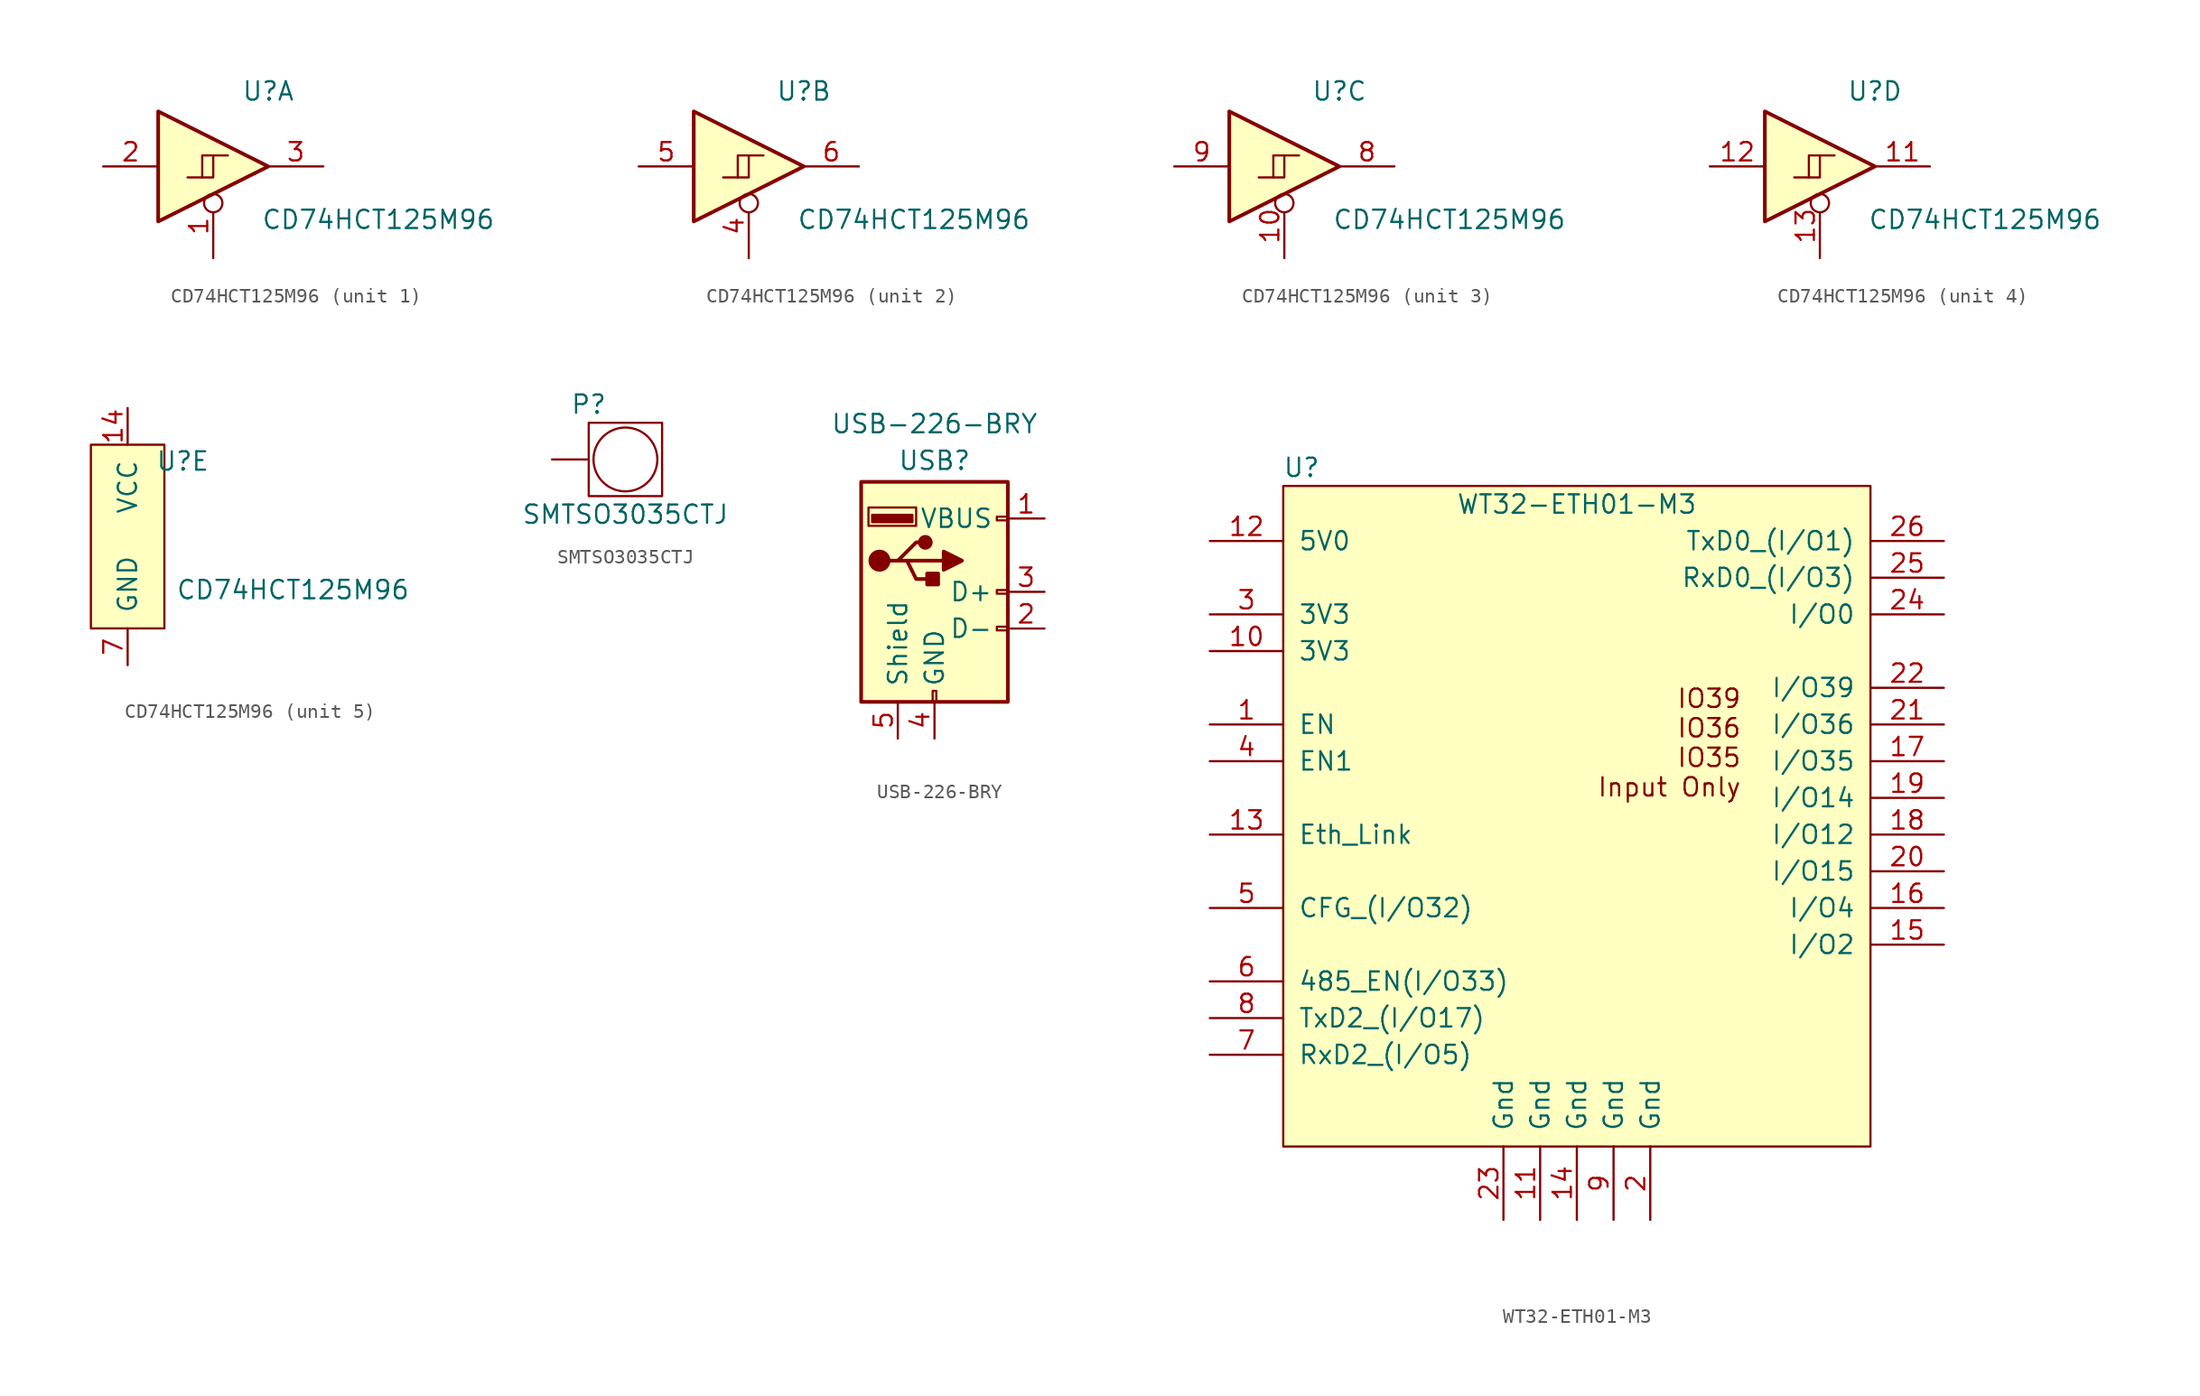
<source format=kicad_sym>
(kicad_symbol_lib
  (version 20220914)
  (generator kicad_symbol_editor)
  (symbol "CD74HCT125M96"
    (pin_names
      (offset 1.016))
    (property "Reference" "U"
      (at 3.81 5.207 0)
      (effects (font (size 1.27 1.27))))
    (property "Value" "CD74HCT125M96"
      (at 11.43 -3.683 0)
      (effects (font (size 1.27 1.27))))
    (symbol "CD74HCT125M96_1_0"
      (polyline (pts (xy -3.81 3.81) (xy -3.81 -3.81) (xy 3.81 0) (xy -3.81 3.81)) (stroke (width 0.254) (type default)) (fill (type background)))
      (pin input inverted (at 0 -6.35 90) (length 4.445) (name "~" (effects (font (size 1.27 1.27)))) (number "1" (effects (font (size 1.27 1.27)))))
      (pin input line (at -7.62 0 0) (length 3.81) (name "~" (effects (font (size 1.27 1.27)))) (number "2" (effects (font (size 1.27 1.27)))))
      (pin tri_state line (at 7.62 0 180) (length 3.81) (name "~" (effects (font (size 1.27 1.27)))) (number "3" (effects (font (size 1.27 1.27))))))
    (symbol "CD74HCT125M96_1_1"
      (polyline (pts (xy 0 0.762) (xy 0 -0.762) (xy -1.778 -0.762)) (stroke (width 0) (type default)) (fill (type none)))
      (polyline (pts (xy 1.016 0.762) (xy -0.762 0.762) (xy -0.762 -0.762)) (stroke (width 0) (type default)) (fill (type none))))
    (symbol "CD74HCT125M96_2_0"
      (polyline (pts (xy -3.81 3.81) (xy -3.81 -3.81) (xy 3.81 0) (xy -3.81 3.81)) (stroke (width 0.254) (type default)) (fill (type background)))
      (pin input inverted (at 0 -6.35 90) (length 4.445) (name "~" (effects (font (size 1.27 1.27)))) (number "4" (effects (font (size 1.27 1.27)))))
      (pin input line (at -7.62 0 0) (length 3.81) (name "~" (effects (font (size 1.27 1.27)))) (number "5" (effects (font (size 1.27 1.27)))))
      (pin tri_state line (at 7.62 0 180) (length 3.81) (name "~" (effects (font (size 1.27 1.27)))) (number "6" (effects (font (size 1.27 1.27))))))
    (symbol "CD74HCT125M96_2_1"
      (polyline (pts (xy 0 0.762) (xy 0 -0.762) (xy -1.778 -0.762)) (stroke (width 0) (type default)) (fill (type none)))
      (polyline (pts (xy 1.016 0.762) (xy -0.762 0.762) (xy -0.762 -0.762)) (stroke (width 0) (type default)) (fill (type none))))
    (symbol "CD74HCT125M96_3_0"
      (polyline (pts (xy -3.81 3.81) (xy -3.81 -3.81) (xy 3.81 0) (xy -3.81 3.81)) (stroke (width 0.254) (type default)) (fill (type background)))
      (pin input inverted (at 0 -6.35 90) (length 4.445) (name "~" (effects (font (size 1.27 1.27)))) (number "10" (effects (font (size 1.27 1.27)))))
      (pin tri_state line (at 7.62 0 180) (length 3.81) (name "~" (effects (font (size 1.27 1.27)))) (number "8" (effects (font (size 1.27 1.27)))))
      (pin input line (at -7.62 0 0) (length 3.81) (name "~" (effects (font (size 1.27 1.27)))) (number "9" (effects (font (size 1.27 1.27))))))
    (symbol "CD74HCT125M96_3_1"
      (polyline (pts (xy 0 0.762) (xy 0 -0.762) (xy -1.778 -0.762)) (stroke (width 0) (type default)) (fill (type none)))
      (polyline (pts (xy 1.016 0.762) (xy -0.762 0.762) (xy -0.762 -0.762)) (stroke (width 0) (type default)) (fill (type none))))
    (symbol "CD74HCT125M96_4_0"
      (polyline (pts (xy -3.81 3.81) (xy -3.81 -3.81) (xy 3.81 0) (xy -3.81 3.81)) (stroke (width 0.254) (type default)) (fill (type background)))
      (pin tri_state line (at 7.62 0 180) (length 3.81) (name "~" (effects (font (size 1.27 1.27)))) (number "11" (effects (font (size 1.27 1.27)))))
      (pin input line (at -7.62 0 0) (length 3.81) (name "~" (effects (font (size 1.27 1.27)))) (number "12" (effects (font (size 1.27 1.27)))))
      (pin input inverted (at 0 -6.35 90) (length 4.445) (name "~" (effects (font (size 1.27 1.27)))) (number "13" (effects (font (size 1.27 1.27))))))
    (symbol "CD74HCT125M96_4_1"
      (polyline (pts (xy 0 0.762) (xy 0 -0.762) (xy -1.778 -0.762)) (stroke (width 0) (type default)) (fill (type none)))
      (polyline (pts (xy 1.016 0.762) (xy -0.762 0.762) (xy -0.762 -0.762)) (stroke (width 0) (type default)) (fill (type none))))
    (symbol "CD74HCT125M96_5_1"
      (rectangle (start -2.54 6.35) (end 2.54 -6.35) (stroke (width 0.152) (type solid)) (fill (type background)))
      (pin input line (at 0 8.89 270) (length 2.54) (name "VCC" (effects (font (size 1.27 1.27)))) (number "14" (effects (font (size 1.27 1.27)))))
      (pin input line (at 0 -8.89 90) (length 2.54) (name "GND" (effects (font (size 1.27 1.27)))) (number "7" (effects (font (size 1.27 1.27)))))))
  (symbol "SMTSO3035CTJ"
    (pin_numbers hide)
    (pin_names
      (offset 1.016) hide)
    (property "Reference" "P"
      (at -1.27 3.81 0)
      (effects (font (size 1.27 1.27))))
    (property "Value" "SMTSO3035CTJ"
      (at 1.27 -3.81 0)
      (effects (font (size 1.27 1.27))))
    (symbol "SMTSO3035CTJ_1_1"
      (rectangle (start -1.27 2.54) (end 3.81 -2.54) (stroke (width 0.152) (type solid)) (fill (type none)))
      (circle (center 1.27 0) (radius 2.21) (stroke (width 0.152) (type solid)) (fill (type none)))
      (pin input line (at -3.81 0 0) (length 2.54) (name "1" (effects (font (size 1.27 1.27)))) (number "1" (effects (font (size 1.27 1.27)))))))
  (symbol "USB-226-BRY"
    (pin_names
      (offset 1.016))
    (property "Reference" "USB"
      (at 0 9.093 0)
      (effects (font (size 1.27 1.27))))
    (property "Value" "USB-226-BRY"
      (at 0 11.633 0)
      (effects (font (size 1.27 1.27))))
    (symbol "USB-226-BRY_0_1"
      (rectangle (start -5.08 -7.62) (end 5.08 7.62) (stroke (width 0.254) (type default)) (fill (type background)))
      (circle (center -3.81 2.159) (radius 0.635) (stroke (width 0.254) (type default)) (fill (type outline)))
      (rectangle (start -1.524 4.826) (end -4.318 5.334) (stroke (width 0) (type default)) (fill (type outline)))
      (rectangle (start -1.27 4.572) (end -4.572 5.842) (stroke (width 0) (type default)) (fill (type none)))
      (circle (center -0.635 3.429) (radius 0.381) (stroke (width 0.254) (type default)) (fill (type outline)))
      (rectangle (start -0.127 -7.62) (end 0.127 -6.858) (stroke (width 0) (type default)) (fill (type none)))
      (polyline (pts (xy -3.175 2.159) (xy -2.54 2.159) (xy -1.27 3.429) (xy -0.635 3.429)) (stroke (width 0.254) (type default)) (fill (type none)))
      (polyline (pts (xy -2.54 2.159) (xy -1.905 2.159) (xy -1.27 0.889) (xy 0 0.889)) (stroke (width 0.254) (type default)) (fill (type none)))
      (polyline (pts (xy 0.635 2.794) (xy 0.635 1.524) (xy 1.905 2.159) (xy 0.635 2.794)) (stroke (width 0.254) (type default)) (fill (type outline)))
      (rectangle (start 0.254 1.27) (end -0.508 0.508) (stroke (width 0.254) (type default)) (fill (type outline)))
      (rectangle (start 5.08 -2.667) (end 4.318 -2.413) (stroke (width 0) (type default)) (fill (type none)))
      (rectangle (start 5.08 -0.127) (end 4.318 0.127) (stroke (width 0) (type default)) (fill (type none)))
      (rectangle (start 5.08 4.953) (end 4.318 5.207) (stroke (width 0) (type default)) (fill (type none))))
    (symbol "USB-226-BRY_1_1"
      (polyline (pts (xy -1.905 2.159) (xy 0.635 2.159)) (stroke (width 0.254) (type default)) (fill (type none)))
      (pin power_in line (at 7.62 5.08 180) (length 2.54) (name "VBUS" (effects (font (size 1.27 1.27)))) (number "1" (effects (font (size 1.27 1.27)))))
      (pin bidirectional line (at 7.62 -2.54 180) (length 2.54) (name "D-" (effects (font (size 1.27 1.27)))) (number "2" (effects (font (size 1.27 1.27)))))
      (pin bidirectional line (at 7.62 0 180) (length 2.54) (name "D+" (effects (font (size 1.27 1.27)))) (number "3" (effects (font (size 1.27 1.27)))))
      (pin power_in line (at 0 -10.16 90) (length 2.54) (name "GND" (effects (font (size 1.27 1.27)))) (number "4" (effects (font (size 1.27 1.27)))))
      (pin passive line (at -2.54 -10.16 90) (length 2.54) (name "Shield" (effects (font (size 1.27 1.27)))) (number "5" (effects (font (size 1.27 1.27)))))))
  (symbol "WT32-ETH01-M3"
    (pin_names
      (offset 1.016))
    (property "Reference" "U"
      (at -19.05 36.83 0)
      (effects (font (size 1.27 1.27))))
    (property "Value" "WT32-ETH01-M3"
      (at 0 34.29 0)
      (effects (font (size 1.27 1.27))))
    (symbol "WT32-ETH01-M3_1_1"
      (rectangle (start -20.32 35.56) (end 20.32 -10.16) (stroke (width 0.152) (type solid)) (fill (type background)))
      (text "IO39\nIO36\nIO35\nInput Only" (at 11.43 17.78 0) (effects (font (size 1.27 1.27)) (justify right)))
      (pin input line (at -25.4 19.05 0) (length 5.08) (name "EN" (effects (font (size 1.27 1.27)))) (number "1" (effects (font (size 1.27 1.27)))))
      (pin power_in line (at -25.4 24.13 0) (length 5.08) (name "3V3" (effects (font (size 1.27 1.27)))) (number "10" (effects (font (size 1.27 1.27)))))
      (pin power_in line (at -2.54 -15.24 90) (length 5.08) (name "Gnd" (effects (font (size 1.27 1.27)))) (number "11" (effects (font (size 1.27 1.27)))))
      (pin power_in line (at -25.4 31.75 0) (length 5.08) (name "5V0" (effects (font (size 1.27 1.27)))) (number "12" (effects (font (size 1.27 1.27)))))
      (pin output line (at -25.4 11.43 0) (length 5.08) (name "Eth_Link" (effects (font (size 1.27 1.27)))) (number "13" (effects (font (size 1.27 1.27)))))
      (pin power_in line (at 0 -15.24 90) (length 5.08) (name "Gnd" (effects (font (size 1.27 1.27)))) (number "14" (effects (font (size 1.27 1.27)))))
      (pin bidirectional line (at 25.4 3.81 180) (length 5.08) (name "I/O2" (effects (font (size 1.27 1.27)))) (number "15" (effects (font (size 1.27 1.27)))))
      (pin bidirectional line (at 25.4 6.35 180) (length 5.08) (name "I/O4" (effects (font (size 1.27 1.27)))) (number "16" (effects (font (size 1.27 1.27)))))
      (pin input line (at 25.4 16.51 180) (length 5.08) (name "I/O35" (effects (font (size 1.27 1.27)))) (number "17" (effects (font (size 1.27 1.27)))))
      (pin bidirectional line (at 25.4 11.43 180) (length 5.08) (name "I/O12" (effects (font (size 1.27 1.27)))) (number "18" (effects (font (size 1.27 1.27)))))
      (pin bidirectional line (at 25.4 13.97 180) (length 5.08) (name "I/O14" (effects (font (size 1.27 1.27)))) (number "19" (effects (font (size 1.27 1.27)))))
      (pin power_in line (at 5.08 -15.24 90) (length 5.08) (name "Gnd" (effects (font (size 1.27 1.27)))) (number "2" (effects (font (size 1.27 1.27)))))
      (pin bidirectional line (at 25.4 8.89 180) (length 5.08) (name "I/O15" (effects (font (size 1.27 1.27)))) (number "20" (effects (font (size 1.27 1.27)))))
      (pin input line (at 25.4 19.05 180) (length 5.08) (name "I/O36" (effects (font (size 1.27 1.27)))) (number "21" (effects (font (size 1.27 1.27)))))
      (pin input line (at 25.4 21.59 180) (length 5.08) (name "I/O39" (effects (font (size 1.27 1.27)))) (number "22" (effects (font (size 1.27 1.27)))))
      (pin power_in line (at -5.08 -15.24 90) (length 5.08) (name "Gnd" (effects (font (size 1.27 1.27)))) (number "23" (effects (font (size 1.27 1.27)))))
      (pin input line (at 25.4 26.67 180) (length 5.08) (name "I/O0" (effects (font (size 1.27 1.27)))) (number "24" (effects (font (size 1.27 1.27)))))
      (pin input line (at 25.4 29.21 180) (length 5.08) (name "RxD0_(I/O3)" (effects (font (size 1.27 1.27)))) (number "25" (effects (font (size 1.27 1.27)))))
      (pin input line (at 25.4 31.75 180) (length 5.08) (name "TxD0_(I/O1)" (effects (font (size 1.27 1.27)))) (number "26" (effects (font (size 1.27 1.27)))))
      (pin power_in line (at -25.4 26.67 0) (length 5.08) (name "3V3" (effects (font (size 1.27 1.27)))) (number "3" (effects (font (size 1.27 1.27)))))
      (pin input line (at -25.4 16.51 0) (length 5.08) (name "EN1" (effects (font (size 1.27 1.27)))) (number "4" (effects (font (size 1.27 1.27)))))
      (pin bidirectional line (at -25.4 6.35 0) (length 5.08) (name "CFG_(I/O32)" (effects (font (size 1.27 1.27)))) (number "5" (effects (font (size 1.27 1.27)))))
      (pin bidirectional line (at -25.4 1.27 0) (length 5.08) (name "485_EN(I/O33)" (effects (font (size 1.27 1.27)))) (number "6" (effects (font (size 1.27 1.27)))))
      (pin bidirectional line (at -25.4 -3.81 0) (length 5.08) (name "RxD2_(I/O5)" (effects (font (size 1.27 1.27)))) (number "7" (effects (font (size 1.27 1.27)))))
      (pin bidirectional line (at -25.4 -1.27 0) (length 5.08) (name "TxD2_(I/O17)" (effects (font (size 1.27 1.27)))) (number "8" (effects (font (size 1.27 1.27)))))
      (pin power_in line (at 2.54 -15.24 90) (length 5.08) (name "Gnd" (effects (font (size 1.27 1.27)))) (number "9" (effects (font (size 1.27 1.27))))))))
</source>
